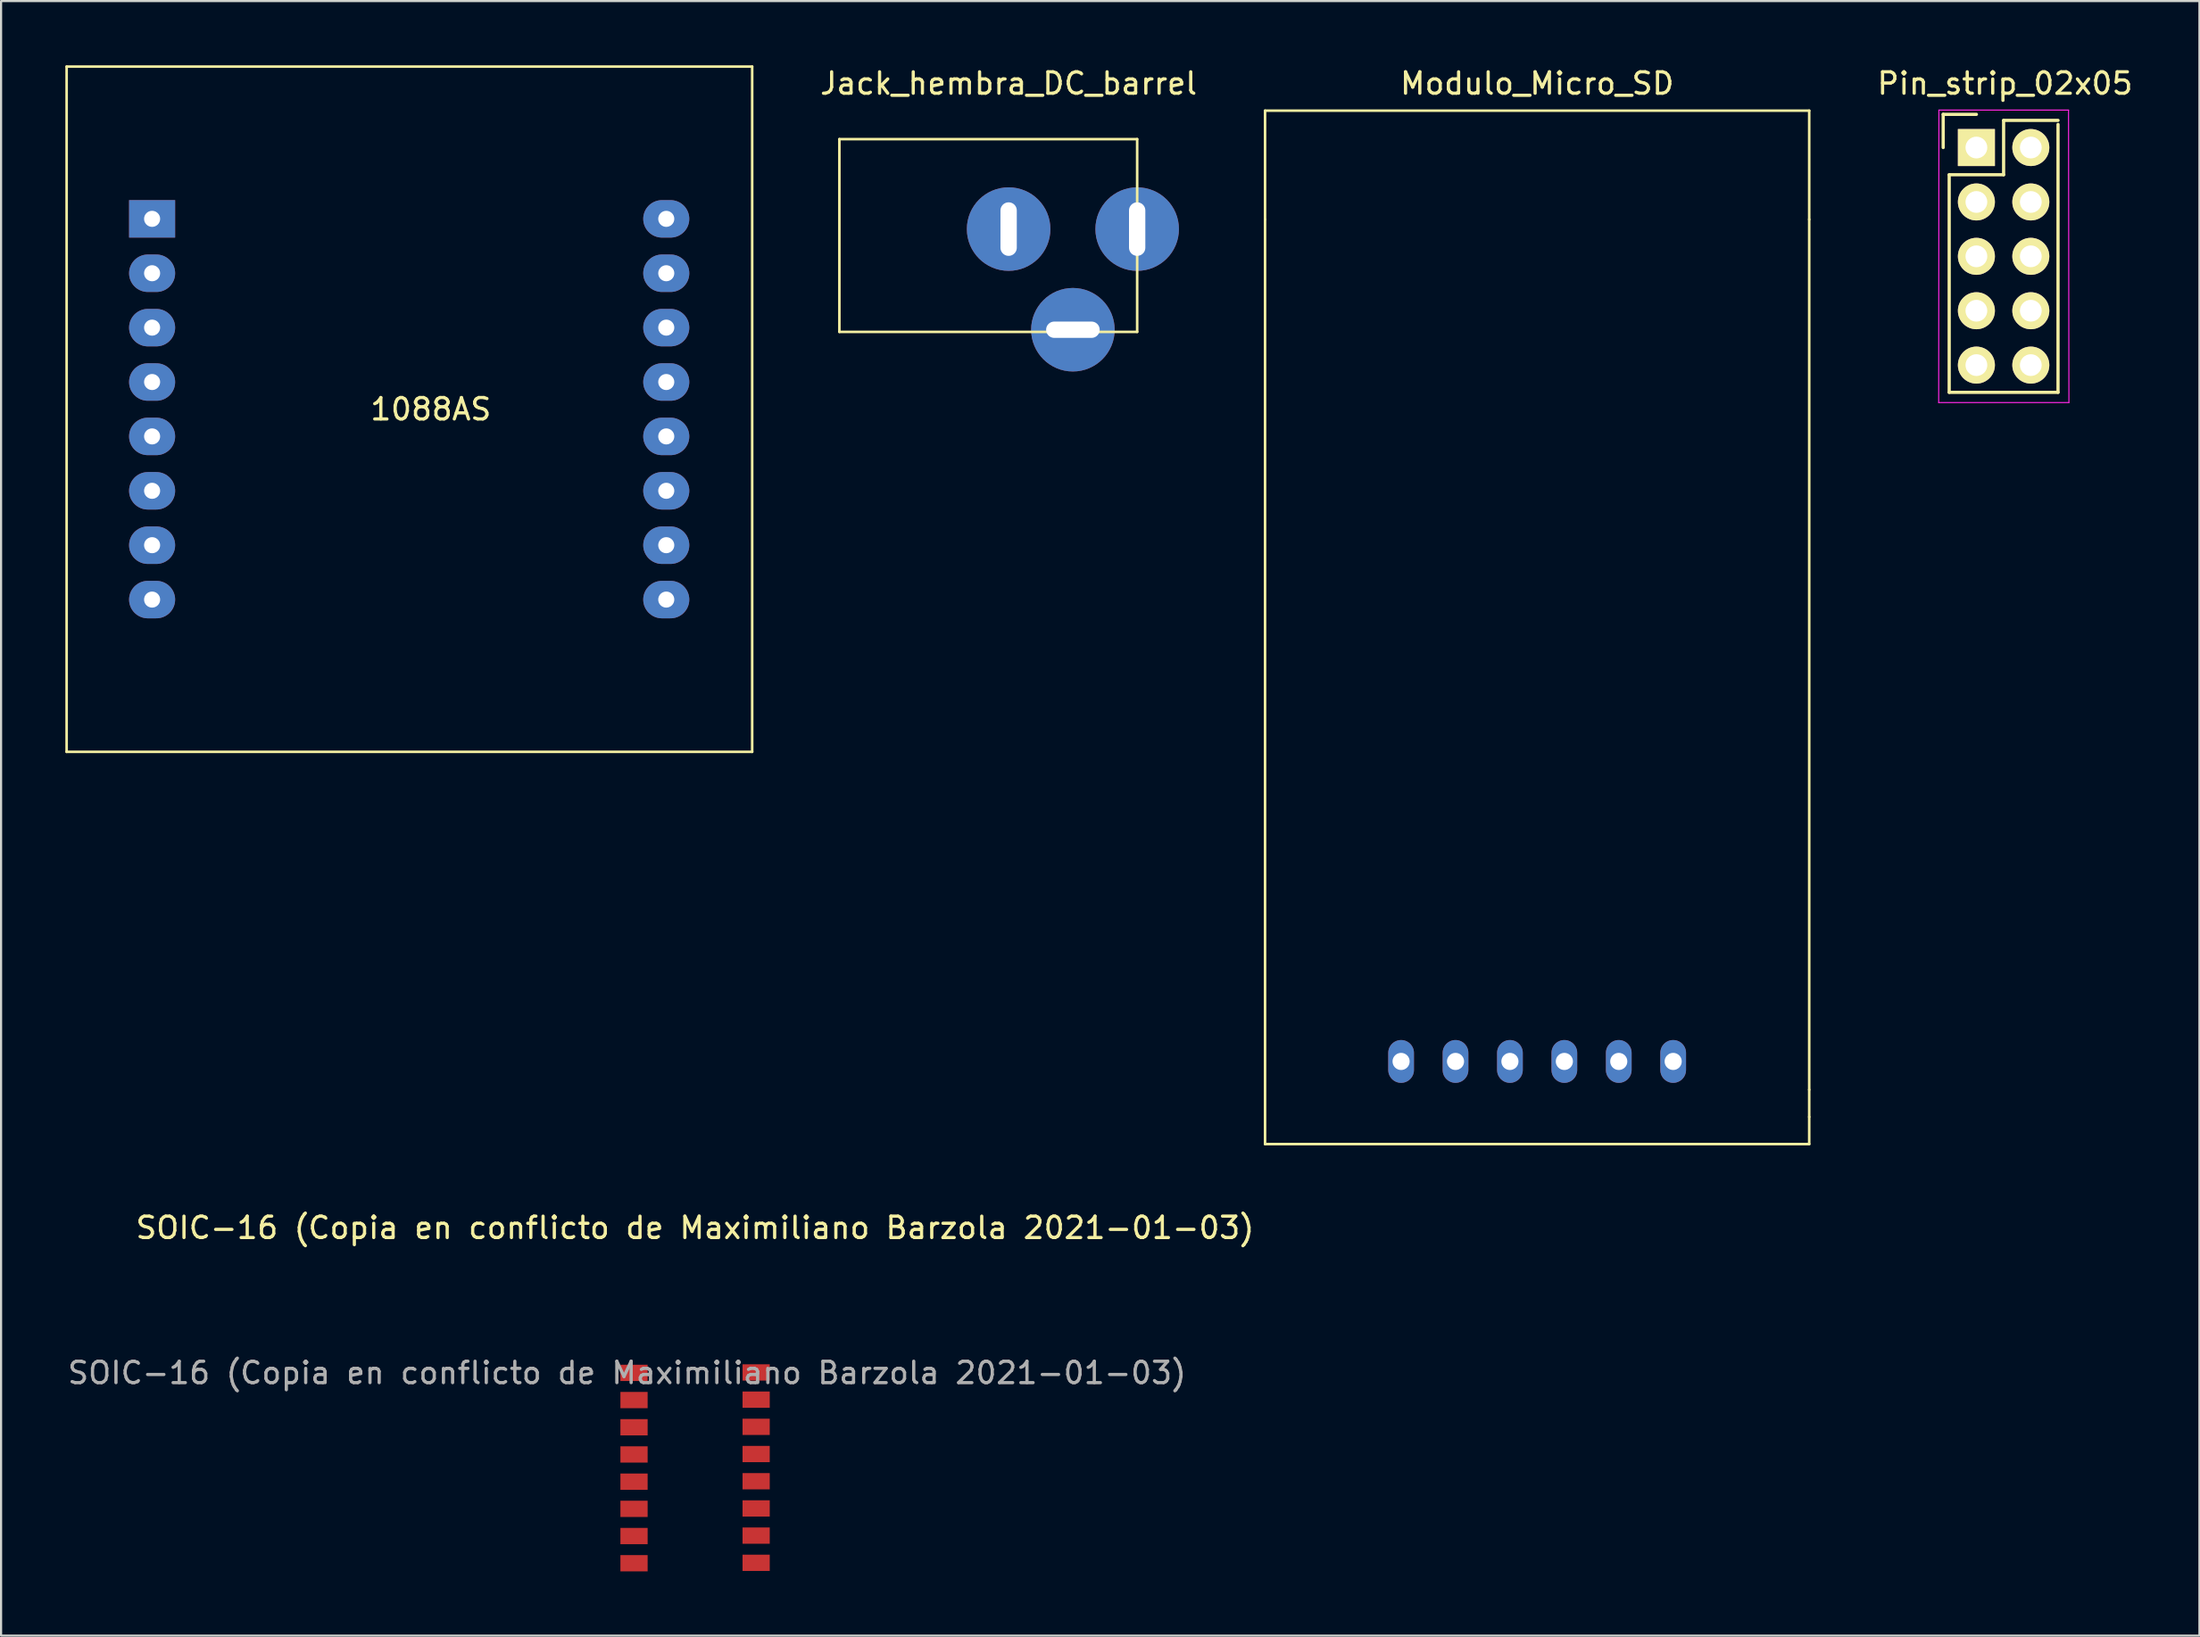
<source format=kicad_pcb>
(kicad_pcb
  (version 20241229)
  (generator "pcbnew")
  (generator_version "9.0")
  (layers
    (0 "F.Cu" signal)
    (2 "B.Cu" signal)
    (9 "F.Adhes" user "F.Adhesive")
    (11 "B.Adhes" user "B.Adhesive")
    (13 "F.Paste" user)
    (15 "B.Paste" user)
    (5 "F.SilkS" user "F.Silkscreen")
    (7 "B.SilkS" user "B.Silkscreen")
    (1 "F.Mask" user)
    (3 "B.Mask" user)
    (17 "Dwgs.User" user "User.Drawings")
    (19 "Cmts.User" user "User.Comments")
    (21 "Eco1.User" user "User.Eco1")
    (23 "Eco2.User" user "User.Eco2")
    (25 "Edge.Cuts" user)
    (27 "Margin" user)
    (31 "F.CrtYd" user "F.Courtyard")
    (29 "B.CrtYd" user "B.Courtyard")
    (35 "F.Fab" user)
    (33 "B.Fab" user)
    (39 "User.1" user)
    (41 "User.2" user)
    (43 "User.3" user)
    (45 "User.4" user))
  (footprint "Jack_hembra_DC_barrel"
    (layer "F.Cu")
    (at 44.031 7.648)
    (property "Reference" "Jack_hembra_DC_barrel" (at 0 -6.8 0) (layer "F.SilkS") (effects (font (size 1 1) (thickness 0.15))))
    (attr through_hole)
    (fp_line (start -7.9 -4.2) (end -7.9 4.8) (stroke (width 0.12) (type solid)) (layer "F.SilkS"))
    (fp_line (start -7.9 4.8) (end 6 4.8) (stroke (width 0.12) (type solid)) (layer "F.SilkS"))
    (fp_line (start 6 -4.2) (end -7.9 -4.2) (stroke (width 0.12) (type solid)) (layer "F.SilkS"))
    (fp_line (start 6 4.8) (end 6 -4.2) (stroke (width 0.12) (type solid)) (layer "F.SilkS"))
    (pad "1" thru_hole oval (at 6 0 90) (size 3.9 3.9) (drill oval 2.5 0.762) (layers "*.Cu" "*.Mask"))
    (pad "2" thru_hole oval (at 0 0 90) (size 3.9 3.9) (drill oval 2.5 0.762) (layers "*.Cu" "*.Mask"))
    (pad "3" thru_hole oval (at 3 4.7 180) (size 3.9 3.9) (drill oval 2.5 0.762) (layers "*.Cu" "*.Mask")))
  (footprint "Pin_strip_02x05"
    (layer "F.Cu")
    (at 90.475 8.984)
    (property "Reference" "Pin_strip_02x05" (at 0.064 -8.136 0) (layer "F.SilkS") (effects (font (size 1 1) (thickness 0.15))))
    (attr through_hole)
    (fp_line (start -2.82 -6.694) (end -2.82 -5.144) (stroke (width 0.15) (type solid)) (layer "F.SilkS"))
    (fp_line (start -2.54 -3.873) (end -2.54 6.287) (stroke (width 0.15) (type solid)) (layer "F.SilkS"))
    (fp_line (start -2.54 6.287) (end 2.54 6.287) (stroke (width 0.15) (type solid)) (layer "F.SilkS"))
    (fp_line (start -1.27 -6.694) (end -2.82 -6.694) (stroke (width 0.15) (type solid)) (layer "F.SilkS"))
    (fp_line (start 0 -6.413) (end 0 -3.873) (stroke (width 0.15) (type solid)) (layer "F.SilkS"))
    (fp_line (start 0 -3.873) (end -2.54 -3.873) (stroke (width 0.15) (type solid)) (layer "F.SilkS"))
    (fp_line (start 2.54 -6.413) (end 0 -6.413) (stroke (width 0.15) (type solid)) (layer "F.SilkS"))
    (fp_line (start 2.54 6.287) (end 2.54 -6.223) (stroke (width 0.15) (type solid)) (layer "F.SilkS"))
    (fp_line (start -3.02 -6.894) (end -3.03 6.766) (stroke (width 0.05) (type solid)) (layer "F.CrtYd"))
    (fp_line (start -3.02 -6.894) (end 3.03 -6.894) (stroke (width 0.05) (type solid)) (layer "F.CrtYd"))
    (fp_line (start 3.03 -6.894) (end 3.048 6.766) (stroke (width 0.05) (type solid)) (layer "F.CrtYd"))
    (fp_line (start 3.048 6.766) (end -3.03 6.766) (stroke (width 0.05) (type solid)) (layer "F.CrtYd"))
    (pad "1" thru_hole rect (at -1.27 -5.144) (size 1.727 1.727) (drill 1.016) (layers "*.Cu" "*.Mask" "F.SilkS"))
    (pad "2" thru_hole oval (at 1.27 -5.144) (size 1.727 1.727) (drill 1.016) (layers "*.Cu" "*.Mask" "F.SilkS"))
    (pad "3" thru_hole oval (at -1.27 -2.603) (size 1.727 1.727) (drill 1.016) (layers "*.Cu" "*.Mask" "F.SilkS"))
    (pad "4" thru_hole oval (at 1.27 -2.603) (size 1.727 1.727) (drill 1.016) (layers "*.Cu" "*.Mask" "F.SilkS"))
    (pad "5" thru_hole oval (at -1.27 -0.064) (size 1.727 1.727) (drill 1.016) (layers "*.Cu" "*.Mask" "F.SilkS"))
    (pad "6" thru_hole oval (at 1.27 -0.064) (size 1.727 1.727) (drill 1.016) (layers "*.Cu" "*.Mask" "F.SilkS"))
    (pad "7" thru_hole oval (at -1.27 2.477) (size 1.727 1.727) (drill 1.016) (layers "*.Cu" "*.Mask" "F.SilkS"))
    (pad "8" thru_hole oval (at 1.27 2.477) (size 1.727 1.727) (drill 1.016) (layers "*.Cu" "*.Mask" "F.SilkS"))
    (pad "9" thru_hole oval (at -1.27 5.016) (size 1.727 1.727) (drill 1.016) (layers "*.Cu" "*.Mask" "F.SilkS"))
    (pad "10" thru_hole oval (at 1.27 5.016) (size 1.727 1.727) (drill 1.016) (layers "*.Cu" "*.Mask" "F.SilkS")))
  (footprint "SOIC-16 (Copia en conflicto de Maximiliano Barzola 2021-01-03)"
    (layer "F.Cu")
    (at 29.395 65.507)
    (property "Reference" "SOIC-16 (Copia en conflicto de Maximiliano Barzola 2021-01-03)" (at 0 -11.22 0) (layer "F.SilkS") (effects (font (size 1 1) (thickness 0.15))))
    (attr smd)
    (fp_text user "${REFERENCE}" (at -3.175 -4.445 0) (layer "F.Fab") (effects (font (size 1 1) (thickness 0.15))))
    (pad "1" smd rect (at -2.85 -4.445) (size 1.27 0.76) (layers "F.Cu" "F.Mask" "F.Paste"))
    (pad "1" smd rect (at -2.85 -3.175) (size 1.27 0.76) (layers "F.Cu" "F.Mask" "F.Paste"))
    (pad "1" smd rect (at -2.85 -1.905) (size 1.27 0.76) (layers "F.Cu" "F.Mask" "F.Paste"))
    (pad "1" smd rect (at -2.85 -0.635) (size 1.27 0.76) (layers "F.Cu" "F.Mask" "F.Paste"))
    (pad "1" smd rect (at -2.85 0.635) (size 1.27 0.76) (layers "F.Cu" "F.Mask" "F.Paste"))
    (pad "1" smd rect (at -2.85 1.905) (size 1.27 0.76) (layers "F.Cu" "F.Mask" "F.Paste"))
    (pad "1" smd rect (at -2.85 3.175) (size 1.27 0.76) (layers "F.Cu" "F.Mask" "F.Paste"))
    (pad "1" smd rect (at -2.85 4.445) (size 1.27 0.76) (layers "F.Cu" "F.Mask" "F.Paste"))
    (pad "1" smd rect (at 2.85 -4.465) (size 1.27 0.76) (layers "F.Cu" "F.Mask" "F.Paste"))
    (pad "1" smd rect (at 2.85 -3.195) (size 1.27 0.76) (layers "F.Cu" "F.Mask" "F.Paste"))
    (pad "1" smd rect (at 2.85 -1.925) (size 1.27 0.76) (layers "F.Cu" "F.Mask" "F.Paste"))
    (pad "1" smd rect (at 2.85 -0.655) (size 1.27 0.76) (layers "F.Cu" "F.Mask" "F.Paste"))
    (pad "1" smd rect (at 2.85 0.615) (size 1.27 0.76) (layers "F.Cu" "F.Mask" "F.Paste"))
    (pad "1" smd rect (at 2.85 1.885) (size 1.27 0.76) (layers "F.Cu" "F.Mask" "F.Paste"))
    (pad "1" smd rect (at 2.85 3.155) (size 1.27 0.76) (layers "F.Cu" "F.Mask" "F.Paste"))
    (pad "1" smd rect (at 2.85 4.425) (size 1.27 0.76) (layers "F.Cu" "F.Mask" "F.Paste")))
  (footprint "Modulo_Micro_SD"
    (layer "F.Cu")
    (at 68.701 42.758)
    (property "Reference" "Modulo_Micro_SD" (at 0 -41.91 180) (layer "F.SilkS") (effects (font (size 1 1) (thickness 0.15))))
    (attr through_hole)
    (fp_line (start -12.7 -40.64) (end 12.7 -40.64) (stroke (width 0.12) (type solid)) (layer "F.SilkS"))
    (fp_line (start -12.7 -35.56) (end -12.7 -40.64) (stroke (width 0.12) (type solid)) (layer "F.SilkS"))
    (fp_line (start -12.7 -35.56) (end -12.7 7.62) (stroke (width 0.12) (type solid)) (layer "F.SilkS"))
    (fp_line (start -12.7 7.62) (end 12.7 7.62) (stroke (width 0.12) (type solid)) (layer "F.SilkS"))
    (fp_line (start 12.7 -40.64) (end 12.7 -35.56) (stroke (width 0.12) (type solid)) (layer "F.SilkS"))
    (fp_line (start 12.7 -35.56) (end 12.7 5.08) (stroke (width 0.12) (type solid)) (layer "F.SilkS"))
    (fp_line (start 12.7 5.08) (end 12.7 6.35) (stroke (width 0.12) (type solid)) (layer "F.SilkS"))
    (fp_line (start 12.7 7.62) (end 12.7 6.35) (stroke (width 0.12) (type solid)) (layer "F.SilkS"))
    (pad "1" thru_hole oval (at -6.35 3.76) (size 1.2 2) (drill 0.8) (layers "*.Cu" "*.Mask"))
    (pad "2" thru_hole oval (at -3.81 3.76) (size 1.2 2) (drill 0.8) (layers "*.Cu" "*.Mask"))
    (pad "3" thru_hole oval (at -1.27 3.76) (size 1.2 2) (drill 0.8) (layers "*.Cu" "*.Mask"))
    (pad "4" thru_hole oval (at 1.27 3.76) (size 1.2 2) (drill 0.8) (layers "*.Cu" "*.Mask"))
    (pad "5" thru_hole oval (at 3.81 3.76) (size 1.2 2) (drill 0.8) (layers "*.Cu" "*.Mask"))
    (pad "6" thru_hole oval (at 6.35 3.76) (size 1.2 2) (drill 0.8) (layers "*.Cu" "*.Mask")))
  (footprint "1088AS"
    (layer "F.Cu")
    (at 16.06 16.06)
    (property "Reference" "1088AS" (at 1 0 0) (layer "F.SilkS") (effects (font (size 1 1) (thickness 0.15))))
    (attr through_hole)
    (fp_line (start -16 -16) (end 16 -16) (stroke (width 0.12) (type solid)) (layer "F.SilkS"))
    (fp_line (start -16 16) (end -16 -16) (stroke (width 0.12) (type solid)) (layer "F.SilkS"))
    (fp_line (start 16 -16) (end 16 16) (stroke (width 0.12) (type solid)) (layer "F.SilkS"))
    (fp_line (start 16 16) (end -16 16) (stroke (width 0.12) (type solid)) (layer "F.SilkS"))
    (pad "C1" thru_hole oval (at 11.99 -1.27) (size 2.15 1.75) (drill 0.75) (layers "*.Cu" "*.Mask"))
    (pad "C2" thru_hole oval (at -12.01 -3.81) (size 2.15 1.75) (drill 0.75) (layers "*.Cu" "*.Mask"))
    (pad "C3" thru_hole oval (at -12.01 -1.27) (size 2.15 1.75) (drill 0.75) (layers "*.Cu" "*.Mask"))
    (pad "C4" thru_hole oval (at 11.99 6.35) (size 2.15 1.75) (drill 0.75) (layers "*.Cu" "*.Mask"))
    (pad "C5" thru_hole oval (at -12.01 3.81) (size 2.15 1.75) (drill 0.75) (layers "*.Cu" "*.Mask"))
    (pad "C6" thru_hole oval (at 11.99 3.81) (size 2.15 1.75) (drill 0.75) (layers "*.Cu" "*.Mask"))
    (pad "C7" thru_hole oval (at 11.99 -6.35) (size 2.15 1.75) (drill 0.75) (layers "*.Cu" "*.Mask"))
    (pad "C8" thru_hole oval (at 11.99 -8.89) (size 2.15 1.75) (drill 0.75) (layers "*.Cu" "*.Mask"))
    (pad "R1" thru_hole oval (at 11.99 8.89) (size 2.15 1.75) (drill 0.75) (layers "*.Cu" "*.Mask"))
    (pad "R2" thru_hole oval (at 11.99 -3.81) (size 2.15 1.75) (drill 0.75) (layers "*.Cu" "*.Mask"))
    (pad "R3" thru_hole oval (at -12.01 8.89) (size 2.15 1.75) (drill 0.75) (layers "*.Cu" "*.Mask"))
    (pad "R4" thru_hole oval (at 11.99 1.27) (size 2.15 1.75) (drill 0.75) (layers "*.Cu" "*.Mask"))
    (pad "R5" thru_hole rect (at -12.01 -8.89) (size 2.15 1.75) (drill 0.75) (layers "*.Cu" "*.Mask"))
    (pad "R6" thru_hole oval (at -12.01 6.35) (size 2.15 1.75) (drill 0.75) (layers "*.Cu" "*.Mask"))
    (pad "R7" thru_hole oval (at -12.01 -6.35) (size 2.15 1.75) (drill 0.75) (layers "*.Cu" "*.Mask"))
    (pad "R8" thru_hole oval (at -12.01 1.27) (size 2.15 1.75) (drill 0.75) (layers "*.Cu" "*.Mask")))
  (gr_rect
    (start -3 -3)
    (end 99.616 73.332)
    (stroke (width 0.1) (type default))
    (fill no)
    (layer "Edge.Cuts")))
</source>
